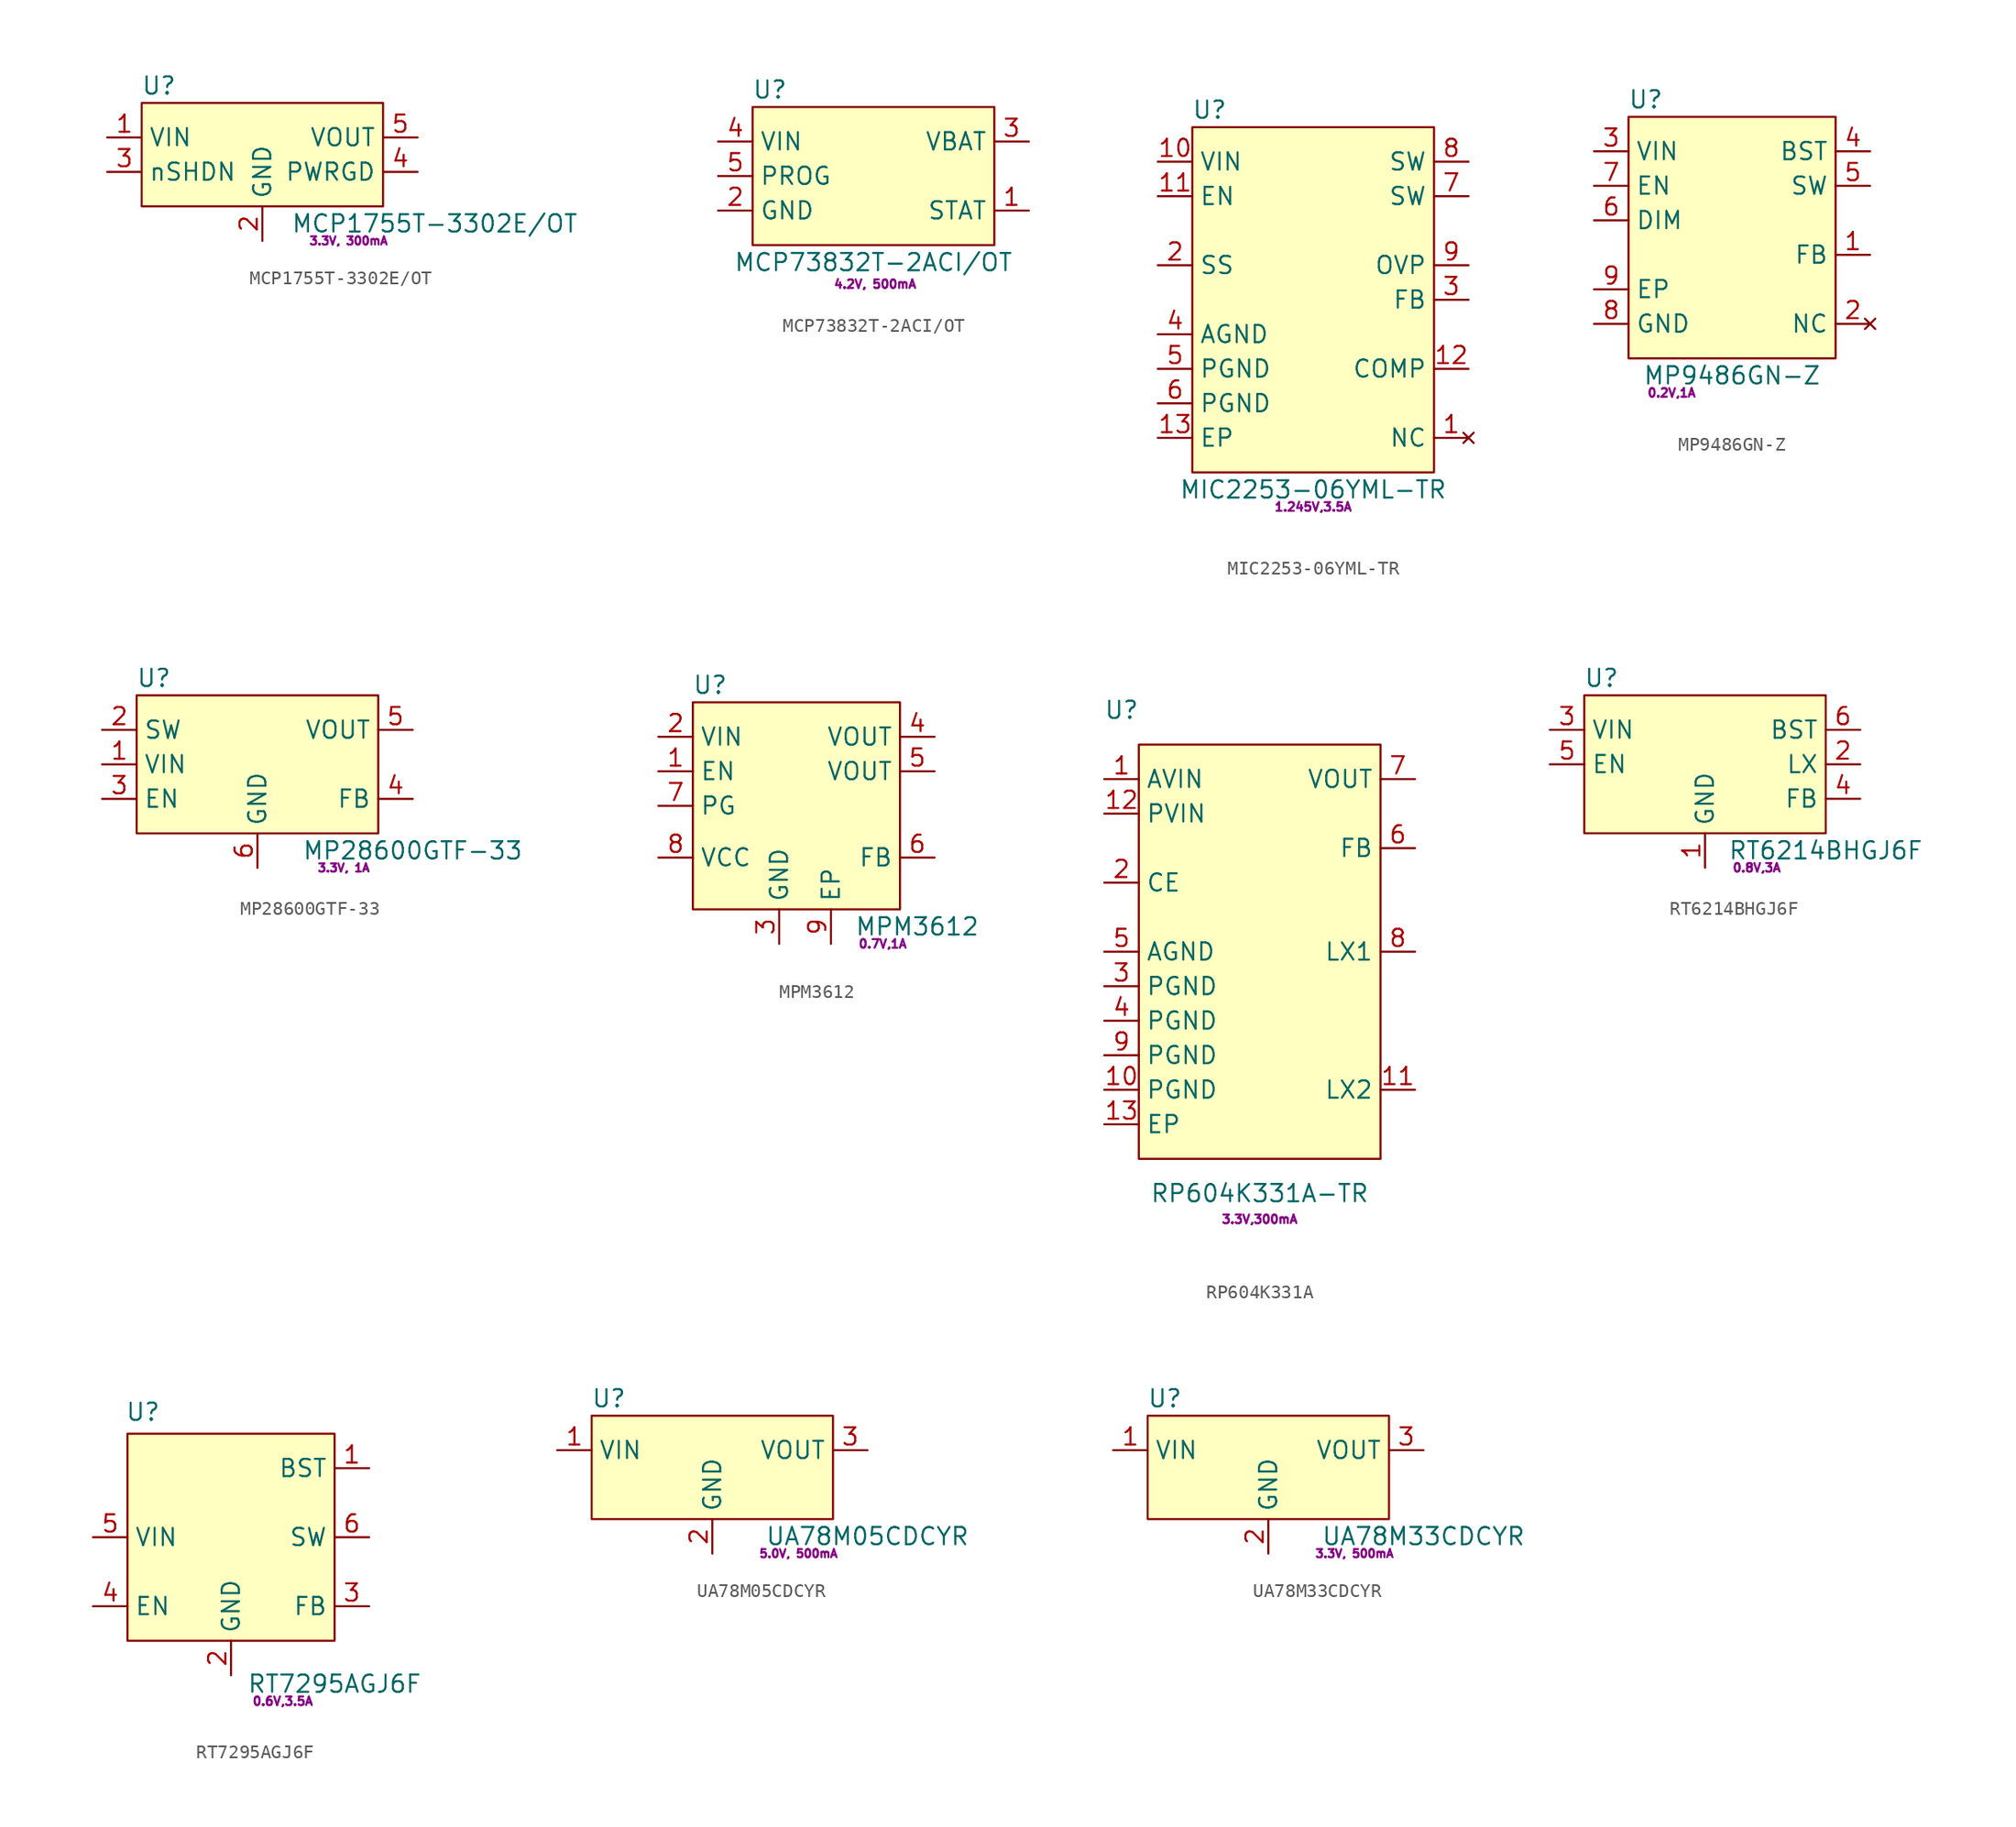
<source format=kicad_sym>
(kicad_symbol_lib
  (version 20220914)
  (generator kicad_symbol_editor)
  (symbol "MCP1755T-3302E/OT"
    (property "Reference" "U"
      (at -7.62 6.35 0)
      (effects (font (size 1.27 1.27))))
    (property "Value" "MCP1755T-3302E{slash}OT"
      (at 12.7 -3.81 0)
      (effects (font (size 1.27 1.27))))
    (property "Params" "3.3V, 300mA"
      (at 6.35 -5.08 0)
      (effects (font (size 0.6 0.6))))
    (symbol "MCP1755T-3302E/OT_0_1"
      (rectangle (start -8.89 -2.54) (end 8.89 5.08) (stroke (width 0.152) (type default)) (fill (type background))))
    (symbol "MCP1755T-3302E/OT_1_1"
      (pin power_in line (at -11.43 2.54 0) (length 2.54) (name "VIN" (effects (font (size 1.27 1.27)))) (number "1" (effects (font (size 1.27 1.27)))))
      (pin power_in line (at 0 -5.08 90) (length 2.54) (name "GND" (effects (font (size 1.27 1.27)))) (number "2" (effects (font (size 1.27 1.27)))))
      (pin input line (at -11.43 0 0) (length 2.54) (name "nSHDN" (effects (font (size 1.27 1.27)))) (number "3" (effects (font (size 1.27 1.27)))))
      (pin output line (at 11.43 0 180) (length 2.54) (name "PWRGD" (effects (font (size 1.27 1.27)))) (number "4" (effects (font (size 1.27 1.27)))))
      (pin power_out line (at 11.43 2.54 180) (length 2.54) (name "VOUT" (effects (font (size 1.27 1.27)))) (number "5" (effects (font (size 1.27 1.27)))))))
  (symbol "MCP73832T-2ACI/OT"
    (property "Reference" "U"
      (at -7.62 6.35 0)
      (effects (font (size 1.27 1.27))))
    (property "Value" "MCP73832T-2ACI/OT"
      (at 0 -6.35 0)
      (effects (font (size 1.27 1.27))))
    (property "Params" "4.2V, 500mA"
      (at 0.124 -7.95 0)
      (effects (font (size 0.63 0.63))))
    (symbol "MCP73832T-2ACI/OT_0_1"
      (rectangle (start -8.89 5.08) (end 8.89 -5.08) (stroke (width 0.152) (type default)) (fill (type background))))
    (symbol "MCP73832T-2ACI/OT_1_1"
      (pin output line (at 11.43 -2.54 180) (length 2.54) (name "STAT" (effects (font (size 1.27 1.27)))) (number "1" (effects (font (size 1.27 1.27)))))
      (pin power_in line (at -11.43 -2.54 0) (length 2.54) (name "GND" (effects (font (size 1.27 1.27)))) (number "2" (effects (font (size 1.27 1.27)))))
      (pin power_out line (at 11.43 2.54 180) (length 2.54) (name "VBAT" (effects (font (size 1.27 1.27)))) (number "3" (effects (font (size 1.27 1.27)))))
      (pin power_in line (at -11.43 2.54 0) (length 2.54) (name "VIN" (effects (font (size 1.27 1.27)))) (number "4" (effects (font (size 1.27 1.27)))))
      (pin input line (at -11.43 0 0) (length 2.54) (name "PROG" (effects (font (size 1.27 1.27)))) (number "5" (effects (font (size 1.27 1.27)))))))
  (symbol "MIC2253-06YML-TR"
    (property "Reference" "U"
      (at 1.27 26.67 0)
      (effects (font (size 1.27 1.27))))
    (property "Value" "MIC2253-06YML-TR"
      (at 8.89 -1.27 0)
      (effects (font (size 1.27 1.27))))
    (property "Params" "1.245V,3.5A"
      (at 8.89 -2.54 0)
      (effects (font (size 0.635 0.635))))
    (symbol "MIC2253-06YML-TR_0_1"
      (rectangle (start 0 25.4) (end 17.78 0) (stroke (width 0.152) (type default)) (fill (type background))))
    (symbol "MIC2253-06YML-TR_1_1"
      (pin no_connect line (at 20.32 2.54 180) (length 2.54) (name "NC" (effects (font (size 1.27 1.27)))) (number "1" (effects (font (size 1.27 1.27)))))
      (pin power_in line (at -2.54 22.86 0) (length 2.54) (name "VIN" (effects (font (size 1.27 1.27)))) (number "10" (effects (font (size 1.27 1.27)))))
      (pin input line (at -2.54 20.32 0) (length 2.54) (name "EN" (effects (font (size 1.27 1.27)))) (number "11" (effects (font (size 1.27 1.27)))))
      (pin passive line (at 20.32 7.62 180) (length 2.54) (name "COMP" (effects (font (size 1.27 1.27)))) (number "12" (effects (font (size 1.27 1.27)))))
      (pin power_in line (at -2.54 2.54 0) (length 2.54) (name "EP" (effects (font (size 1.27 1.27)))) (number "13" (effects (font (size 1.27 1.27)))))
      (pin input line (at -2.54 15.24 0) (length 2.54) (name "SS" (effects (font (size 1.27 1.27)))) (number "2" (effects (font (size 1.27 1.27)))))
      (pin input line (at 20.32 12.7 180) (length 2.54) (name "FB" (effects (font (size 1.27 1.27)))) (number "3" (effects (font (size 1.27 1.27)))))
      (pin power_in line (at -2.54 10.16 0) (length 2.54) (name "AGND" (effects (font (size 1.27 1.27)))) (number "4" (effects (font (size 1.27 1.27)))))
      (pin power_in line (at -2.54 7.62 0) (length 2.54) (name "PGND" (effects (font (size 1.27 1.27)))) (number "5" (effects (font (size 1.27 1.27)))))
      (pin power_in line (at -2.54 5.08 0) (length 2.54) (name "PGND" (effects (font (size 1.27 1.27)))) (number "6" (effects (font (size 1.27 1.27)))))
      (pin passive line (at 20.32 20.32 180) (length 2.54) (name "SW" (effects (font (size 1.27 1.27)))) (number "7" (effects (font (size 1.27 1.27)))))
      (pin passive line (at 20.32 22.86 180) (length 2.54) (name "SW" (effects (font (size 1.27 1.27)))) (number "8" (effects (font (size 1.27 1.27)))))
      (pin input line (at 20.32 15.24 180) (length 2.54) (name "OVP" (effects (font (size 1.27 1.27)))) (number "9" (effects (font (size 1.27 1.27)))))))
  (symbol "MP9486GN-Z"
    (property "Reference" "U"
      (at -6.35 19.05 0)
      (effects (font (size 1.27 1.27))))
    (property "Value" "MP9486GN-Z"
      (at 0 -1.27 0)
      (effects (font (size 1.27 1.27))))
    (property "Params" "0.2V,1A"
      (at -4.445 -2.54 0)
      (effects (font (size 0.63 0.63))))
    (symbol "MP9486GN-Z_0_1"
      (rectangle (start -7.62 17.78) (end 7.62 0) (stroke (width 0.152) (type default)) (fill (type background))))
    (symbol "MP9486GN-Z_1_1"
      (pin input line (at 10.16 7.62 180) (length 2.54) (name "FB" (effects (font (size 1.27 1.27)))) (number "1" (effects (font (size 1.27 1.27)))))
      (pin no_connect line (at 10.16 2.54 180) (length 2.54) (name "NC" (effects (font (size 1.27 1.27)))) (number "2" (effects (font (size 1.27 1.27)))))
      (pin power_in line (at -10.16 15.24 0) (length 2.54) (name "VIN" (effects (font (size 1.27 1.27)))) (number "3" (effects (font (size 1.27 1.27)))))
      (pin passive line (at 10.16 15.24 180) (length 2.54) (name "BST" (effects (font (size 1.27 1.27)))) (number "4" (effects (font (size 1.27 1.27)))))
      (pin power_out line (at 10.16 12.7 180) (length 2.54) (name "SW" (effects (font (size 1.27 1.27)))) (number "5" (effects (font (size 1.27 1.27)))))
      (pin input line (at -10.16 10.16 0) (length 2.54) (name "DIM" (effects (font (size 1.27 1.27)))) (number "6" (effects (font (size 1.27 1.27)))))
      (pin input line (at -10.16 12.7 0) (length 2.54) (name "EN" (effects (font (size 1.27 1.27)))) (number "7" (effects (font (size 1.27 1.27)))))
      (pin power_in line (at -10.16 2.54 0) (length 2.54) (name "GND" (effects (font (size 1.27 1.27)))) (number "8" (effects (font (size 1.27 1.27)))))
      (pin power_in line (at -10.16 5.08 0) (length 2.54) (name "EP" (effects (font (size 1.27 1.27)))) (number "9" (effects (font (size 1.27 1.27)))))))
  (symbol "MP28600GTF-33"
    (property "Reference" "U"
      (at -7.62 11.43 0)
      (effects (font (size 1.27 1.27))))
    (property "Value" "MP28600GTF-33"
      (at 11.43 -1.27 0)
      (effects (font (size 1.27 1.27))))
    (property "Params" "3.3V, 1A"
      (at 6.35 -2.54 0)
      (effects (font (size 0.6 0.6))))
    (symbol "MP28600GTF-33_0_1"
      (rectangle (start -8.89 10.16) (end 8.89 0) (stroke (width 0.152) (type default)) (fill (type background))))
    (symbol "MP28600GTF-33_1_1"
      (pin power_in line (at -11.43 5.08 0) (length 2.54) (name "VIN" (effects (font (size 1.27 1.27)))) (number "1" (effects (font (size 1.27 1.27)))))
      (pin passive line (at -11.43 7.62 0) (length 2.54) (name "SW" (effects (font (size 1.27 1.27)))) (number "2" (effects (font (size 1.27 1.27)))))
      (pin input line (at -11.43 2.54 0) (length 2.54) (name "EN" (effects (font (size 1.27 1.27)))) (number "3" (effects (font (size 1.27 1.27)))))
      (pin input line (at 11.43 2.54 180) (length 2.54) (name "FB" (effects (font (size 1.27 1.27)))) (number "4" (effects (font (size 1.27 1.27)))))
      (pin power_out line (at 11.43 7.62 180) (length 2.54) (name "VOUT" (effects (font (size 1.27 1.27)))) (number "5" (effects (font (size 1.27 1.27)))))
      (pin power_in line (at 0 -2.54 90) (length 2.54) (name "GND" (effects (font (size 1.27 1.27)))) (number "6" (effects (font (size 1.27 1.27)))))))
  (symbol "MPM3612"
    (property "Reference" "U"
      (at -6.35 8.89 0)
      (effects (font (size 1.27 1.27))))
    (property "Value" "MPM3612"
      (at 8.89 -8.89 0)
      (effects (font (size 1.27 1.27))))
    (property "Params" "0.7V,1A"
      (at 6.35 -10.16 0)
      (effects (font (size 0.63 0.63))))
    (symbol "MPM3612_0_1"
      (rectangle (start -7.62 7.62) (end 7.62 -7.62) (stroke (width 0.152) (type default)) (fill (type background))))
    (symbol "MPM3612_1_1"
      (pin input line (at -10.16 2.54 0) (length 2.54) (name "EN" (effects (font (size 1.27 1.27)))) (number "1" (effects (font (size 1.27 1.27)))))
      (pin input line (at -10.16 5.08 0) (length 2.54) (name "VIN" (effects (font (size 1.27 1.27)))) (number "2" (effects (font (size 1.27 1.27)))))
      (pin power_in line (at -1.27 -10.16 90) (length 2.54) (name "GND" (effects (font (size 1.27 1.27)))) (number "3" (effects (font (size 1.27 1.27)))))
      (pin power_out line (at 10.16 5.08 180) (length 2.54) (name "VOUT" (effects (font (size 1.27 1.27)))) (number "4" (effects (font (size 1.27 1.27)))))
      (pin power_out line (at 10.16 2.54 180) (length 2.54) (name "VOUT" (effects (font (size 1.27 1.27)))) (number "5" (effects (font (size 1.27 1.27)))))
      (pin power_in line (at 10.16 -3.81 180) (length 2.54) (name "FB" (effects (font (size 1.27 1.27)))) (number "6" (effects (font (size 1.27 1.27)))))
      (pin output line (at -10.16 0 0) (length 2.54) (name "PG" (effects (font (size 1.27 1.27)))) (number "7" (effects (font (size 1.27 1.27)))))
      (pin power_out line (at -10.16 -3.81 0) (length 2.54) (name "VCC" (effects (font (size 1.27 1.27)))) (number "8" (effects (font (size 1.27 1.27)))))
      (pin power_in line (at 2.54 -10.16 90) (length 2.54) (name "EP" (effects (font (size 1.27 1.27)))) (number "9" (effects (font (size 1.27 1.27)))))))
  (symbol "RP604K331A"
    (property "Reference" "U"
      (at -10.16 31.75 0)
      (effects (font (size 1.27 1.27))))
    (property "Value" "RP604K331A-TR"
      (at 0 -3.81 0)
      (effects (font (size 1.27 1.27))))
    (property "Params" "3.3V,300mA"
      (at 0 -5.715 0)
      (effects (font (size 0.63 0.63))))
    (symbol "RP604K331A_0_1"
      (rectangle (start -8.89 29.21) (end 8.89 -1.27) (stroke (width 0.152) (type default)) (fill (type background))))
    (symbol "RP604K331A_1_1"
      (pin power_in line (at -11.43 26.67 0) (length 2.54) (name "AVIN" (effects (font (size 1.27 1.27)))) (number "1" (effects (font (size 1.27 1.27)))))
      (pin power_in line (at -11.43 3.81 0) (length 2.54) (name "PGND" (effects (font (size 1.27 1.27)))) (number "10" (effects (font (size 1.27 1.27)))))
      (pin power_in line (at 11.43 3.81 180) (length 2.54) (name "LX2" (effects (font (size 1.27 1.27)))) (number "11" (effects (font (size 1.27 1.27)))))
      (pin power_in line (at -11.43 24.13 0) (length 2.54) (name "PVIN" (effects (font (size 1.27 1.27)))) (number "12" (effects (font (size 1.27 1.27)))))
      (pin power_in line (at -11.43 1.27 0) (length 2.54) (name "EP" (effects (font (size 1.27 1.27)))) (number "13" (effects (font (size 1.27 1.27)))))
      (pin input line (at -11.43 19.05 0) (length 2.54) (name "CE" (effects (font (size 1.27 1.27)))) (number "2" (effects (font (size 1.27 1.27)))))
      (pin power_in line (at -11.43 11.43 0) (length 2.54) (name "PGND" (effects (font (size 1.27 1.27)))) (number "3" (effects (font (size 1.27 1.27)))))
      (pin power_in line (at -11.43 8.89 0) (length 2.54) (name "PGND" (effects (font (size 1.27 1.27)))) (number "4" (effects (font (size 1.27 1.27)))))
      (pin power_in line (at -11.43 13.97 0) (length 2.54) (name "AGND" (effects (font (size 1.27 1.27)))) (number "5" (effects (font (size 1.27 1.27)))))
      (pin input line (at 11.43 21.59 180) (length 2.54) (name "FB" (effects (font (size 1.27 1.27)))) (number "6" (effects (font (size 1.27 1.27)))))
      (pin power_in line (at 11.43 26.67 180) (length 2.54) (name "VOUT" (effects (font (size 1.27 1.27)))) (number "7" (effects (font (size 1.27 1.27)))))
      (pin power_in line (at 11.43 13.97 180) (length 2.54) (name "LX1" (effects (font (size 1.27 1.27)))) (number "8" (effects (font (size 1.27 1.27)))))
      (pin power_in line (at -11.43 6.35 0) (length 2.54) (name "PGND" (effects (font (size 1.27 1.27)))) (number "9" (effects (font (size 1.27 1.27)))))))
  (symbol "RT6214BHGJ6F"
    (property "Reference" "U"
      (at -7.62 6.35 0)
      (effects (font (size 1.27 1.27))))
    (property "Value" "RT6214BHGJ6F"
      (at 8.89 -6.35 0)
      (effects (font (size 1.27 1.27))))
    (property "Params" "0.8V,3A"
      (at 3.81 -7.62 0)
      (effects (font (size 0.63 0.63))))
    (symbol "RT6214BHGJ6F_0_1"
      (rectangle (start -8.89 5.08) (end 8.89 -5.08) (stroke (width 0.152) (type default)) (fill (type background))))
    (symbol "RT6214BHGJ6F_1_1"
      (pin power_in line (at 0 -7.62 90) (length 2.54) (name "GND" (effects (font (size 1.27 1.27)))) (number "1" (effects (font (size 1.27 1.27)))))
      (pin power_out line (at 11.43 0 180) (length 2.54) (name "LX" (effects (font (size 1.27 1.27)))) (number "2" (effects (font (size 1.27 1.27)))))
      (pin power_in line (at -11.43 2.54 0) (length 2.54) (name "VIN" (effects (font (size 1.27 1.27)))) (number "3" (effects (font (size 1.27 1.27)))))
      (pin input line (at 11.43 -2.54 180) (length 2.54) (name "FB" (effects (font (size 1.27 1.27)))) (number "4" (effects (font (size 1.27 1.27)))))
      (pin input line (at -11.43 0 0) (length 2.54) (name "EN" (effects (font (size 1.27 1.27)))) (number "5" (effects (font (size 1.27 1.27)))))
      (pin passive line (at 11.43 2.54 180) (length 2.54) (name "BST" (effects (font (size 1.27 1.27)))) (number "6" (effects (font (size 1.27 1.27)))))))
  (symbol "RT7295AGJ6F"
    (property "Reference" "U"
      (at -6.476 16.837 0)
      (effects (font (size 1.27 1.27))))
    (property "Value" "RT7295AGJ6F"
      (at 7.62 -3.175 0)
      (effects (font (size 1.27 1.27))))
    (property "Params" "0.6V,3.5A"
      (at 3.81 -4.445 0)
      (effects (font (size 0.63 0.63))))
    (symbol "RT7295AGJ6F_0_1"
      (rectangle (start -7.62 15.24) (end 7.62 0) (stroke (width 0.152) (type default)) (fill (type background))))
    (symbol "RT7295AGJ6F_1_1"
      (pin input line (at 10.16 12.7 180) (length 2.54) (name "BST" (effects (font (size 1.27 1.27)))) (number "1" (effects (font (size 1.27 1.27)))))
      (pin power_in line (at 0 -2.54 90) (length 2.54) (name "GND" (effects (font (size 1.27 1.27)))) (number "2" (effects (font (size 1.27 1.27)))))
      (pin input line (at 10.16 2.54 180) (length 2.54) (name "FB" (effects (font (size 1.27 1.27)))) (number "3" (effects (font (size 1.27 1.27)))))
      (pin input line (at -10.16 2.54 0) (length 2.54) (name "EN" (effects (font (size 1.27 1.27)))) (number "4" (effects (font (size 1.27 1.27)))))
      (pin power_in line (at -10.16 7.62 0) (length 2.54) (name "VIN" (effects (font (size 1.27 1.27)))) (number "5" (effects (font (size 1.27 1.27)))))
      (pin power_out line (at 10.16 7.62 180) (length 2.54) (name "SW" (effects (font (size 1.27 1.27)))) (number "6" (effects (font (size 1.27 1.27)))))))
  (symbol "UA78M05CDCYR"
    (property "Reference" "U"
      (at -7.62 8.89 0)
      (effects (font (size 1.27 1.27))))
    (property "Value" "UA78M05CDCYR"
      (at 11.43 -1.27 0)
      (effects (font (size 1.27 1.27))))
    (property "Params" "5.0V, 500mA"
      (at 6.35 -2.54 0)
      (effects (font (size 0.6 0.6))))
    (symbol "UA78M05CDCYR_0_1"
      (rectangle (start -8.89 0) (end 8.89 7.62) (stroke (width 0.152) (type default)) (fill (type background))))
    (symbol "UA78M05CDCYR_1_1"
      (pin power_in line (at -11.43 5.08 0) (length 2.54) (name "VIN" (effects (font (size 1.27 1.27)))) (number "1" (effects (font (size 1.27 1.27)))))
      (pin power_in line (at 0 -2.54 90) (length 2.54) (name "GND" (effects (font (size 1.27 1.27)))) (number "2" (effects (font (size 1.27 1.27)))))
      (pin power_out line (at 11.43 5.08 180) (length 2.54) (name "VOUT" (effects (font (size 1.27 1.27)))) (number "3" (effects (font (size 1.27 1.27)))))))
  (symbol "UA78M33CDCYR"
    (property "Reference" "U"
      (at -7.62 8.89 0)
      (effects (font (size 1.27 1.27))))
    (property "Value" "UA78M33CDCYR"
      (at 11.43 -1.27 0)
      (effects (font (size 1.27 1.27))))
    (property "Params" "3.3V, 500mA"
      (at 6.35 -2.54 0)
      (effects (font (size 0.6 0.6))))
    (symbol "UA78M33CDCYR_0_1"
      (rectangle (start -8.89 0) (end 8.89 7.62) (stroke (width 0.152) (type default)) (fill (type background))))
    (symbol "UA78M33CDCYR_1_1"
      (pin power_in line (at -11.43 5.08 0) (length 2.54) (name "VIN" (effects (font (size 1.27 1.27)))) (number "1" (effects (font (size 1.27 1.27)))))
      (pin power_in line (at 0 -2.54 90) (length 2.54) (name "GND" (effects (font (size 1.27 1.27)))) (number "2" (effects (font (size 1.27 1.27)))))
      (pin power_out line (at 11.43 5.08 180) (length 2.54) (name "VOUT" (effects (font (size 1.27 1.27)))) (number "3" (effects (font (size 1.27 1.27))))))))
</source>
